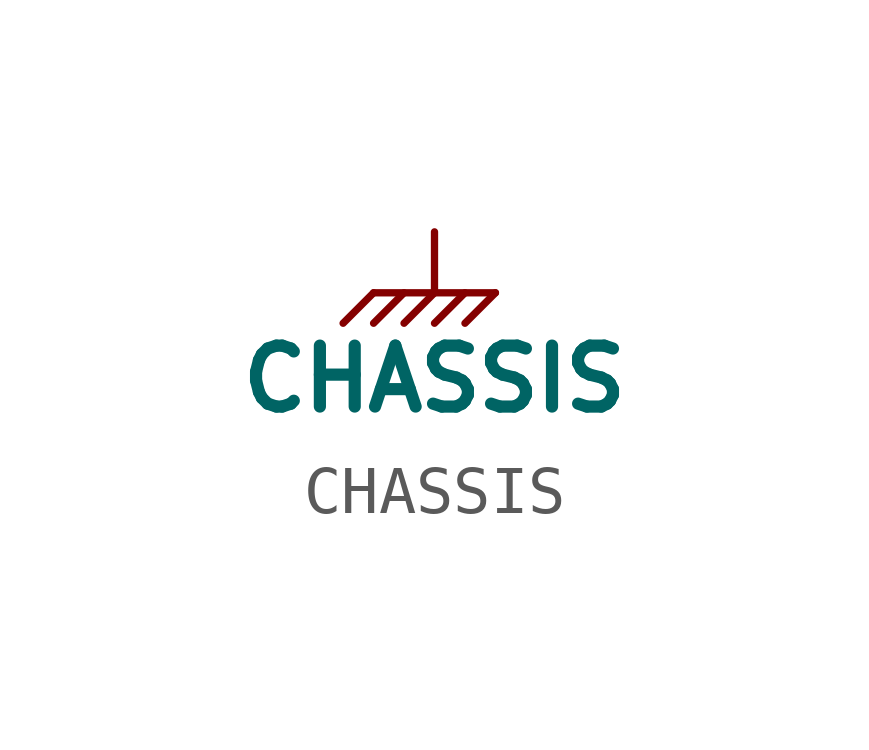
<source format=kicad_sym>
(kicad_symbol_lib
  (version 20231120)
  (generator "kicad_symbol_editor")
  (generator_version "8.0")
  (symbol "CHASSIS"
    (power)
    (pin_names
      (offset 0))
    (property "Reference" "#PWR"
      (at 0 1.905 0)
      (effects (font (size 1.27 1.27)) (justify bottom) (hide yes)))
    (property "Value" "CHASSIS"
      (at 0 -3.81 0)
      (effects (font (size 1.27 1.27) (bold yes)) (justify bottom)))
    (symbol "CHASSIS_0_1"
      (polyline (pts (xy -1.27 -1.27) (xy -1.905 -1.905)) (stroke (width 0) (type default)) (fill (type none)))
      (polyline (pts (xy -1.27 -1.27) (xy 1.27 -1.27)) (stroke (width 0) (type solid)) (fill (type none)))
      (polyline (pts (xy -0.635 -1.27) (xy -1.27 -1.905)) (stroke (width 0) (type default)) (fill (type none)))
      (polyline (pts (xy 0 -1.27) (xy -0.635 -1.905)) (stroke (width 0) (type default)) (fill (type none)))
      (polyline (pts (xy 0 0) (xy 0 -1.27)) (stroke (width 0) (type solid)) (fill (type none)))
      (polyline (pts (xy 0.635 -1.27) (xy 0 -1.905)) (stroke (width 0) (type default)) (fill (type none)))
      (polyline (pts (xy 1.27 -1.27) (xy 0.635 -1.905)) (stroke (width 0) (type default)) (fill (type none))))
    (symbol "CHASSIS_1_1"
      (pin power_in line (at 0 0 180) (length 0) hide (name "CHASSIS" (effects (font (size 1.27 1.27)))) (number "1" (effects (font (size 1.27 1.27))))))))
</source>
